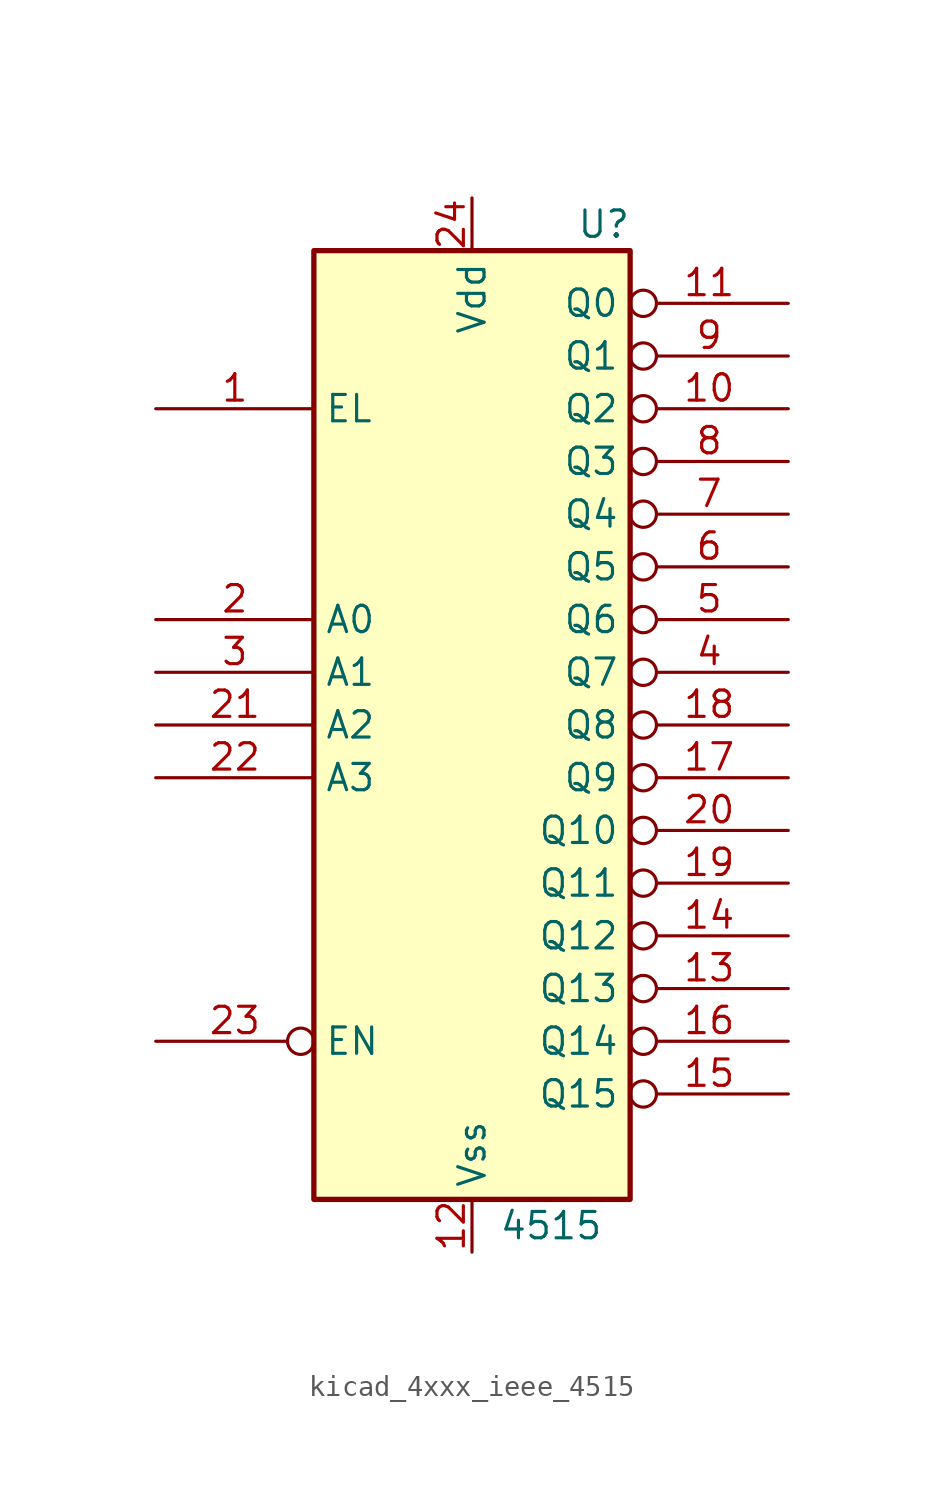
<source format=kicad_sym>
(kicad_symbol_lib
  (version 20220914)
  (generator kicad_symbol_editor)
  (symbol "kicad_4xxx_ieee_4515"
    (property "Reference" "U"
      (at 6.35 24.13 0)
      (effects (font (size 1.27 1.27))))
    (property "Value" "4515"
      (at 3.81 -24.13 0)
      (effects (font (size 1.27 1.27))))
    (symbol "kicad_4xxx_ieee_4515_0_1"
      (rectangle (start -7.62 22.86) (end 7.62 -22.86) (stroke (width 0.254) (type default)) (fill (type background))))
    (symbol "kicad_4xxx_ieee_4515_1_1"
      (pin input line (at -15.24 15.24 0) (length 7.62) (name "EL" (effects (font (size 1.27 1.27)))) (number "1" (effects (font (size 1.27 1.27)))))
      (pin output inverted (at 15.24 15.24 180) (length 7.62) (name "Q2" (effects (font (size 1.27 1.27)))) (number "10" (effects (font (size 1.27 1.27)))))
      (pin output inverted (at 15.24 20.32 180) (length 7.62) (name "Q0" (effects (font (size 1.27 1.27)))) (number "11" (effects (font (size 1.27 1.27)))))
      (pin power_in line (at 0 -25.4 90) (length 2.54) (name "Vss" (effects (font (size 1.27 1.27)))) (number "12" (effects (font (size 1.27 1.27)))))
      (pin output inverted (at 15.24 -12.7 180) (length 7.62) (name "Q13" (effects (font (size 1.27 1.27)))) (number "13" (effects (font (size 1.27 1.27)))))
      (pin output inverted (at 15.24 -10.16 180) (length 7.62) (name "Q12" (effects (font (size 1.27 1.27)))) (number "14" (effects (font (size 1.27 1.27)))))
      (pin output inverted (at 15.24 -17.78 180) (length 7.62) (name "Q15" (effects (font (size 1.27 1.27)))) (number "15" (effects (font (size 1.27 1.27)))))
      (pin output inverted (at 15.24 -15.24 180) (length 7.62) (name "Q14" (effects (font (size 1.27 1.27)))) (number "16" (effects (font (size 1.27 1.27)))))
      (pin output inverted (at 15.24 -2.54 180) (length 7.62) (name "Q9" (effects (font (size 1.27 1.27)))) (number "17" (effects (font (size 1.27 1.27)))))
      (pin output inverted (at 15.24 0 180) (length 7.62) (name "Q8" (effects (font (size 1.27 1.27)))) (number "18" (effects (font (size 1.27 1.27)))))
      (pin output inverted (at 15.24 -7.62 180) (length 7.62) (name "Q11" (effects (font (size 1.27 1.27)))) (number "19" (effects (font (size 1.27 1.27)))))
      (pin input line (at -15.24 5.08 0) (length 7.62) (name "A0" (effects (font (size 1.27 1.27)))) (number "2" (effects (font (size 1.27 1.27)))))
      (pin output inverted (at 15.24 -5.08 180) (length 7.62) (name "Q10" (effects (font (size 1.27 1.27)))) (number "20" (effects (font (size 1.27 1.27)))))
      (pin input line (at -15.24 0 0) (length 7.62) (name "A2" (effects (font (size 1.27 1.27)))) (number "21" (effects (font (size 1.27 1.27)))))
      (pin input line (at -15.24 -2.54 0) (length 7.62) (name "A3" (effects (font (size 1.27 1.27)))) (number "22" (effects (font (size 1.27 1.27)))))
      (pin input inverted (at -15.24 -15.24 0) (length 7.62) (name "EN" (effects (font (size 1.27 1.27)))) (number "23" (effects (font (size 1.27 1.27)))))
      (pin power_in line (at 0 25.4 270) (length 2.54) (name "Vdd" (effects (font (size 1.27 1.27)))) (number "24" (effects (font (size 1.27 1.27)))))
      (pin input line (at -15.24 2.54 0) (length 7.62) (name "A1" (effects (font (size 1.27 1.27)))) (number "3" (effects (font (size 1.27 1.27)))))
      (pin output inverted (at 15.24 2.54 180) (length 7.62) (name "Q7" (effects (font (size 1.27 1.27)))) (number "4" (effects (font (size 1.27 1.27)))))
      (pin output inverted (at 15.24 5.08 180) (length 7.62) (name "Q6" (effects (font (size 1.27 1.27)))) (number "5" (effects (font (size 1.27 1.27)))))
      (pin output inverted (at 15.24 7.62 180) (length 7.62) (name "Q5" (effects (font (size 1.27 1.27)))) (number "6" (effects (font (size 1.27 1.27)))))
      (pin output inverted (at 15.24 10.16 180) (length 7.62) (name "Q4" (effects (font (size 1.27 1.27)))) (number "7" (effects (font (size 1.27 1.27)))))
      (pin output inverted (at 15.24 12.7 180) (length 7.62) (name "Q3" (effects (font (size 1.27 1.27)))) (number "8" (effects (font (size 1.27 1.27)))))
      (pin output inverted (at 15.24 17.78 180) (length 7.62) (name "Q1" (effects (font (size 1.27 1.27)))) (number "9" (effects (font (size 1.27 1.27))))))))
</source>
